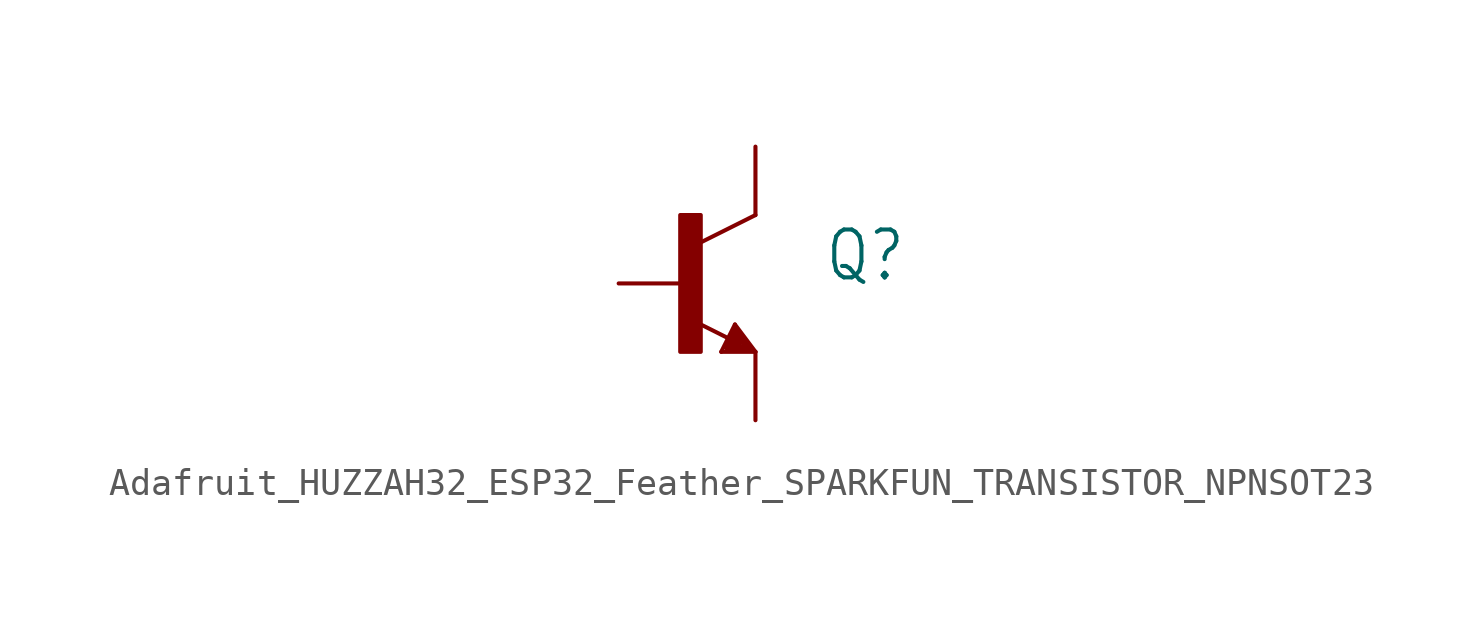
<source format=kicad_sym>
(kicad_symbol_lib
  (version 20231120)
  (generator "kicad_symbol_editor")
  (generator_version "8.0")
  (symbol "Adafruit_HUZZAH32_ESP32_Feather_SPARKFUN_TRANSISTOR_NPNSOT23"
    (property "Reference" "Q"
      (at 5.08 0 0)
      (effects (font (size 1.778 1.511)) (justify left bottom)))
    (property "Value" ""
      (at 5.08 -2.54 0)
      (effects (font (size 1.778 1.511)) (justify left bottom)))
    (property "ki_locked" ""
      (at 0 0 0)
      (effects (font (size 1.27 1.27))))
    (symbol "Adafruit_HUZZAH32_ESP32_Feather_SPARKFUN_TRANSISTOR_NPNSOT23_1_0"
      (rectangle (start -0.254 -2.54) (end 0.508 2.54) (stroke (width 0) (type default)) (fill (type outline)))
      (polyline (pts (xy 1.27 -2.54) (xy 1.778 -1.524)) (stroke (width 0.152) (type solid)) (fill (type none)))
      (polyline (pts (xy 1.524 -2.413) (xy 2.286 -2.413)) (stroke (width 0.254) (type solid)) (fill (type none)))
      (polyline (pts (xy 1.524 -2.286) (xy 1.905 -2.286)) (stroke (width 0.254) (type solid)) (fill (type none)))
      (polyline (pts (xy 1.54 -2.04) (xy 0.308 -1.424)) (stroke (width 0.152) (type solid)) (fill (type none)))
      (polyline (pts (xy 1.778 -1.778) (xy 1.524 -2.286)) (stroke (width 0.254) (type solid)) (fill (type none)))
      (polyline (pts (xy 1.778 -1.524) (xy 2.54 -2.54)) (stroke (width 0.152) (type solid)) (fill (type none)))
      (polyline (pts (xy 1.905 -2.286) (xy 1.778 -2.032)) (stroke (width 0.254) (type solid)) (fill (type none)))
      (polyline (pts (xy 2.286 -2.413) (xy 1.778 -1.778)) (stroke (width 0.254) (type solid)) (fill (type none)))
      (polyline (pts (xy 2.54 -2.54) (xy 1.27 -2.54)) (stroke (width 0.152) (type solid)) (fill (type none)))
      (polyline (pts (xy 2.54 2.54) (xy 0.508 1.524)) (stroke (width 0.152) (type solid)) (fill (type none)))
      (pin passive line (at -2.54 0 0) (length 2.54) (name "B" (effects (font (size 0 0)))) (number "1" (effects (font (size 0 0)))))
      (pin passive line (at 2.54 -5.08 90) (length 2.54) (name "E" (effects (font (size 0 0)))) (number "2" (effects (font (size 0 0)))))
      (pin passive line (at 2.54 5.08 270) (length 2.54) (name "C" (effects (font (size 0 0)))) (number "3" (effects (font (size 0 0))))))))
</source>
